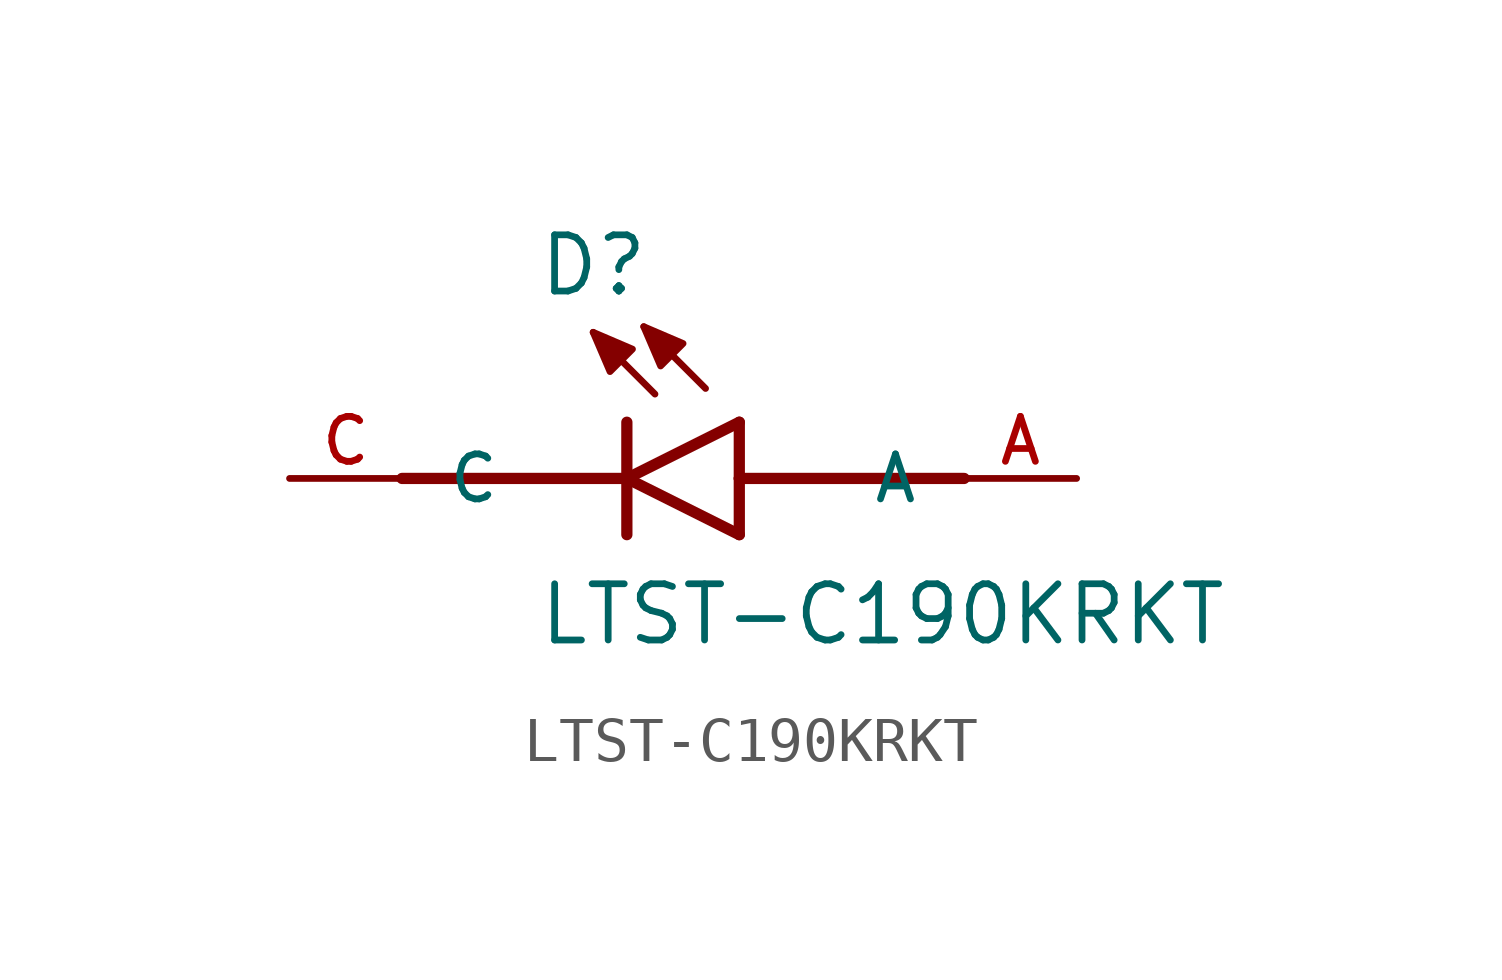
<source format=kicad_sym>
(kicad_symbol_lib
  (version 20211014)
  (generator kicad_symbol_editor)
  (symbol "LTST-C190KRKT"
    (pin_names
      (offset 1.016))
    (property "Reference" "D"
      (at -2.035 4.07 0)
      (effects (font (size 1.27 1.27)) (justify bottom left)))
    (property "Value" "LTST-C190KRKT"
      (at -2.034 -3.813 0)
      (effects (font (size 1.27 1.27)) (justify bottom left)))
    (symbol "LTST-C190KRKT_0_0"
      (polyline (pts (xy 2.54 -1.27) (xy 0.0 0.0)) (stroke (width 0.254)))
      (polyline (pts (xy 0.0 0.0) (xy 2.54 1.27)) (stroke (width 0.254)))
      (polyline (pts (xy 0.0 -1.27) (xy 0.0 0.0)) (stroke (width 0.254)))
      (polyline (pts (xy 0.0 0.0) (xy 0.0 1.27)) (stroke (width 0.254)))
      (polyline (pts (xy 2.54 -1.27) (xy 2.54 0.0)) (stroke (width 0.254)))
      (polyline (pts (xy 2.54 0.0) (xy 2.54 1.27)) (stroke (width 0.254)))
      (polyline (pts (xy 1.778 2.032) (xy 0.381 3.429)) (stroke (width 0.152)))
      (polyline (pts (xy 0.635 1.905) (xy -0.762 3.302)) (stroke (width 0.152)))
      (polyline (pts (xy 0.381 3.429) (xy 1.27 3.048) (xy 0.762 2.54) (xy 0.381 3.429)) (stroke (width 0.152)) (fill (type outline)))
      (polyline (pts (xy -0.762 3.302) (xy 0.127 2.921) (xy -0.381 2.413) (xy -0.762 3.302)) (stroke (width 0.152)) (fill (type outline)))
      (polyline (pts (xy -5.08 0.0) (xy 0.0 0.0)) (stroke (width 0.254)))
      (polyline (pts (xy 2.54 0.0) (xy 7.62 0.0)) (stroke (width 0.254)))
      (pin passive line (at -7.62 0.0 0) (length 2.54) (name "C" (effects (font (size 1.016 1.016)))) (number "C" (effects (font (size 1.016 1.016)))))
      (pin passive line (at 10.16 0.0 180.0) (length 2.54) (name "A" (effects (font (size 1.016 1.016)))) (number "A" (effects (font (size 1.016 1.016))))))))
</source>
